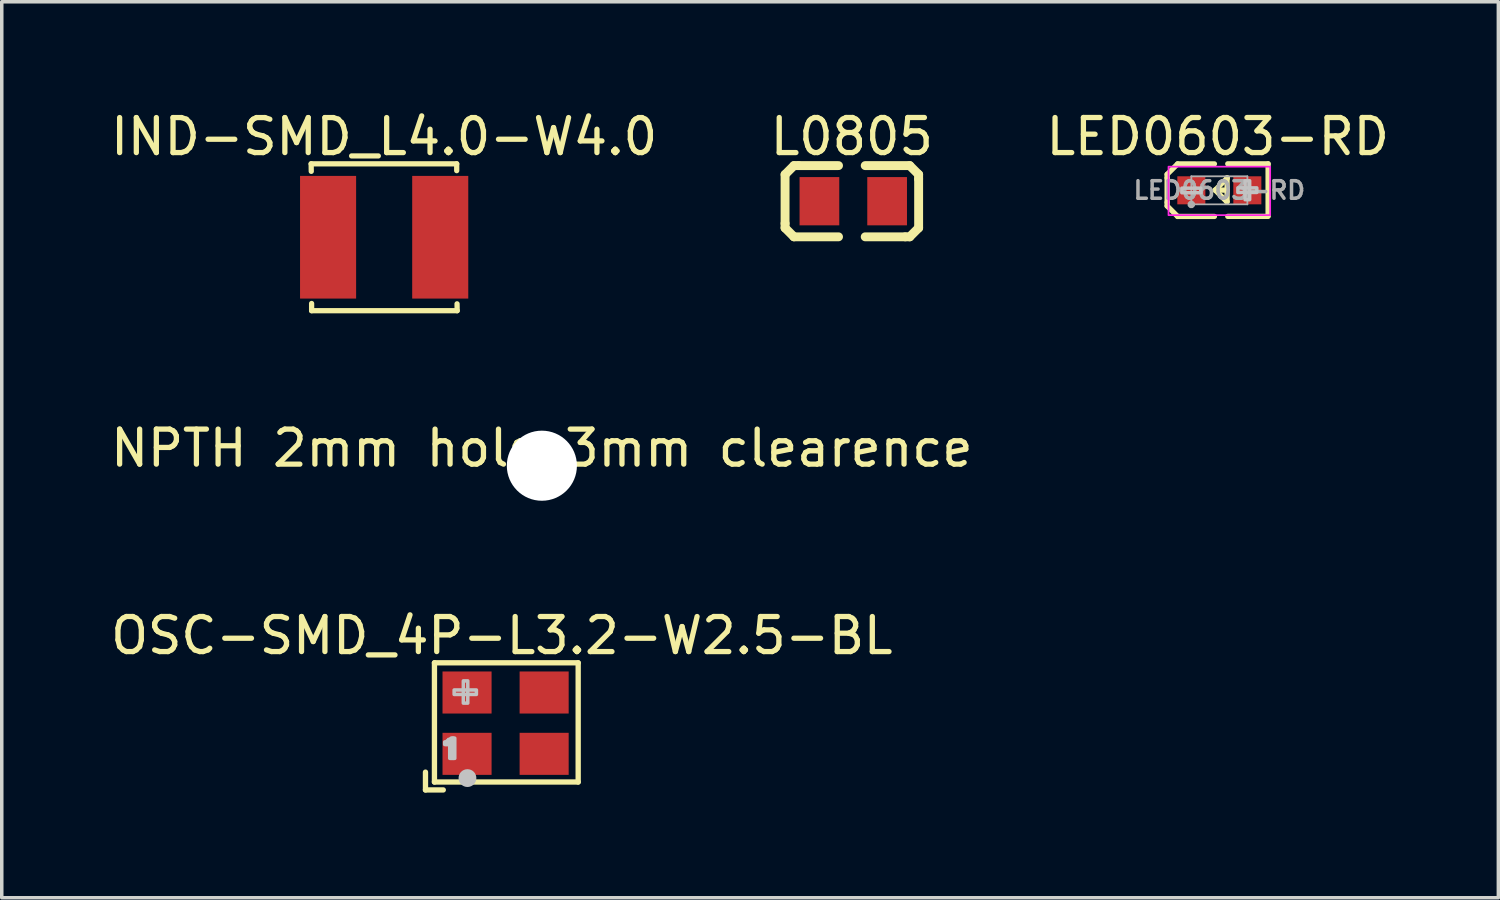
<source format=kicad_pcb>
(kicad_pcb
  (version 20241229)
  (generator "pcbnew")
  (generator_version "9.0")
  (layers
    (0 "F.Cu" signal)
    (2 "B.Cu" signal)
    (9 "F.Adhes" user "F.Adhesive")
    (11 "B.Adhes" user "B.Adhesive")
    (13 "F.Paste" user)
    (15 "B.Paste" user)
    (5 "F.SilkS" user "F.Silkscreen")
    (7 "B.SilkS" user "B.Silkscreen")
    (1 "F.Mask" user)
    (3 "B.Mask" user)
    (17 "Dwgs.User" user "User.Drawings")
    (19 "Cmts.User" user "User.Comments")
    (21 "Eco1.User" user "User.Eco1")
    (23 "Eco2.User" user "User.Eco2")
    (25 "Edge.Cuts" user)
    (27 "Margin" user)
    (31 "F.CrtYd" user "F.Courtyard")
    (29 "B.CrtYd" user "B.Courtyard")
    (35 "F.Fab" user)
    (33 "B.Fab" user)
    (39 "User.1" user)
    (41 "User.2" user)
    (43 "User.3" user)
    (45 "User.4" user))
  (footprint "OSC-SMD_4P-L3.2-W2.5-BL"
    (layer "F.Cu")
    (at 11.376 17.584)
    (property "Reference" "OSC-SMD_4P-L3.2-W2.5-BL" (at -0.108 -2.498 0) (layer "F.SilkS") (effects (font (size 1 1) (thickness 0.15))))
    (fp_line (start -2.286 1.397) (end -2.286 1.905) (stroke (width 0.152) (type default)) (layer "F.SilkS"))
    (fp_line (start -2.286 1.905) (end -1.778 1.905) (stroke (width 0.152) (type default)) (layer "F.SilkS"))
    (fp_line (start -2.03 -1.722) (end -2.03 1.679) (stroke (width 0.152) (type default)) (layer "F.SilkS"))
    (fp_line (start -2.03 1.679) (end 2.071 1.679) (stroke (width 0.152) (type default)) (layer "F.SilkS"))
    (fp_line (start 2.071 -1.722) (end -2.03 -1.722) (stroke (width 0.152) (type default)) (layer "F.SilkS"))
    (fp_line (start 2.071 1.679) (end 2.071 -1.722) (stroke (width 0.152) (type default)) (layer "F.SilkS"))
    (fp_circle (center -1.088 1.567) (end -0.961 1.567) (stroke (width 0.254) (type default)) (fill no) (layer "Dwgs.User"))
    (fp_poly (pts (xy -1.738 0.536) (xy -1.702 0.536) (xy -1.702 0.608) (xy -1.738 0.608)) (stroke (width 0.1) (type default)) (fill no) (layer "Dwgs.User"))
    (fp_poly (pts (xy -1.702 0.536) (xy -1.666 0.536) (xy -1.666 0.608) (xy -1.702 0.608)) (stroke (width 0.1) (type default)) (fill no) (layer "Dwgs.User"))
    (fp_poly (pts (xy -1.666 0.5) (xy -1.63 0.5) (xy -1.63 0.608) (xy -1.666 0.608)) (stroke (width 0.1) (type default)) (fill no) (layer "Dwgs.User"))
    (fp_poly (pts (xy -1.63 0.464) (xy -1.594 0.464) (xy -1.594 0.572) (xy -1.63 0.572)) (stroke (width 0.1) (type default)) (fill no) (layer "Dwgs.User"))
    (fp_poly (pts (xy -1.594 0.464) (xy -1.558 0.464) (xy -1.558 1.004) (xy -1.594 1.004)) (stroke (width 0.1) (type default)) (fill no) (layer "Dwgs.User"))
    (fp_poly (pts (xy -1.558 0.428) (xy -1.522 0.428) (xy -1.522 1.004) (xy -1.558 1.004)) (stroke (width 0.1) (type default)) (fill no) (layer "Dwgs.User"))
    (fp_poly (pts (xy -1.522 0.428) (xy -1.486 0.428) (xy -1.486 1.004) (xy -1.522 1.004)) (stroke (width 0.1) (type default)) (fill no) (layer "Dwgs.User"))
    (fp_poly (pts (xy -1.486 0.428) (xy -1.45 0.428) (xy -1.45 1.004) (xy -1.486 1.004)) (stroke (width 0.1) (type default)) (fill no) (layer "Dwgs.User"))
    (fp_poly (pts (xy -1.468 -0.82) (xy -0.833 -0.82) (xy -0.833 -0.947) (xy -1.468 -0.947)) (stroke (width 0.1) (type default)) (fill no) (layer "Dwgs.User"))
    (fp_poly (pts (xy -1.206 -1.206) (xy -1.206 -0.572) (xy -1.079 -0.572) (xy -1.079 -1.206)) (stroke (width 0.1) (type default)) (fill no) (layer "Dwgs.User"))
    (fp_poly (pts (xy -1.5 -1.249) (xy -0.6 -1.249) (xy -0.6 -0.449) (xy -1.5 -0.449)) (stroke (width 0.1) (type default)) (fill no) (layer "User.1"))
    (fp_poly (pts (xy -1.5 0.449) (xy -0.6 0.449) (xy -0.6 1.249) (xy -1.5 1.249)) (stroke (width 0.1) (type default)) (fill no) (layer "User.1"))
    (fp_poly (pts (xy 0.6 -1.249) (xy 1.5 -1.249) (xy 1.5 -0.449) (xy 0.6 -0.449)) (stroke (width 0.1) (type default)) (fill no) (layer "User.1"))
    (fp_poly (pts (xy 0.6 0.449) (xy 1.5 0.449) (xy 1.5 1.249) (xy 0.6 1.249)) (stroke (width 0.1) (type default)) (fill no) (layer "User.1"))
    (fp_line (start -1.6 -1.25) (end 1.6 -1.25) (stroke (width 0.051) (type default)) (layer "User.2"))
    (fp_line (start -1.6 1.25) (end -1.6 -1.25) (stroke (width 0.051) (type default)) (layer "User.2"))
    (fp_line (start 1.6 -1.25) (end 1.6 1.25) (stroke (width 0.051) (type default)) (layer "User.2"))
    (fp_line (start 1.6 1.25) (end -1.6 1.25) (stroke (width 0.051) (type default)) (layer "User.2"))
    (fp_poly (pts (xy -1.545 1.227) (xy -1.577 1.195) (xy -1.623 1.195) (xy -1.655 1.227) (xy -1.655 1.273) (xy -1.623 1.305) (xy -1.577 1.305) (xy -1.545 1.273)) (stroke (width 0.1) (type default)) (fill no) (layer "User.3"))
    (pad "1" smd rect (at -1.1 0.875) (size 1.4 1.2) (layers "F.Cu" "F.Mask" "F.Paste"))
    (pad "2" smd rect (at 1.1 0.875) (size 1.4 1.2) (layers "F.Cu" "F.Mask" "F.Paste"))
    (pad "3" smd rect (at 1.1 -0.875) (size 1.4 1.2) (layers "F.Cu" "F.Mask" "F.Paste"))
    (pad "4" smd rect (at -1.1 -0.875) (size 1.4 1.2) (layers "F.Cu" "F.Mask" "F.Paste")))
  (footprint "L0805"
    (layer "F.Cu")
    (at 21.296 2.691)
    (property "Reference" "L0805" (at -0.041 -1.843 0) (layer "F.SilkS") (effects (font (size 1 1) (thickness 0.15))))
    (fp_line (start -1.946 -0.762) (end -1.946 0.635) (stroke (width 0.254) (type default)) (layer "F.SilkS"))
    (fp_line (start -1.946 0.635) (end -1.946 0.762) (stroke (width 0.254) (type default)) (layer "F.SilkS"))
    (fp_line (start -1.946 0.762) (end -1.692 1.016) (stroke (width 0.254) (type default)) (layer "F.SilkS"))
    (fp_line (start -1.692 -1.016) (end -1.946 -0.762) (stroke (width 0.254) (type default)) (layer "F.SilkS"))
    (fp_line (start -1.692 1.016) (end -0.421 1.016) (stroke (width 0.254) (type default)) (layer "F.SilkS"))
    (fp_line (start -1.565 -1.016) (end -1.692 -1.016) (stroke (width 0.254) (type default)) (layer "F.SilkS"))
    (fp_line (start -0.421 -1.016) (end -1.565 -1.016) (stroke (width 0.254) (type default)) (layer "F.SilkS"))
    (fp_line (start 0.341 1.016) (end 1.484 1.016) (stroke (width 0.254) (type default)) (layer "F.SilkS"))
    (fp_line (start 1.484 1.016) (end 1.611 1.016) (stroke (width 0.254) (type default)) (layer "F.SilkS"))
    (fp_line (start 1.611 -1.016) (end 0.341 -1.016) (stroke (width 0.254) (type default)) (layer "F.SilkS"))
    (fp_line (start 1.611 1.016) (end 1.865 0.762) (stroke (width 0.254) (type default)) (layer "F.SilkS"))
    (fp_line (start 1.865 -0.762) (end 1.611 -1.016) (stroke (width 0.254) (type default)) (layer "F.SilkS"))
    (fp_line (start 1.865 -0.635) (end 1.865 -0.762) (stroke (width 0.254) (type default)) (layer "F.SilkS"))
    (fp_line (start 1.865 0.762) (end 1.865 -0.635) (stroke (width 0.254) (type default)) (layer "F.SilkS"))
    (fp_poly (pts (xy -0.36 0.22) (xy -0.36 -0.221) (xy -0.745 -0.689) (xy -1.433 -0.689) (xy -1.532 -0.589) (xy -1.532 0.589) (xy -1.433 0.689) (xy -0.745 0.689)) (stroke (width 0) (type default)) (fill yes) (layer "F.Paste"))
    (fp_poly (pts (xy 0.36 0.22) (xy 0.36 -0.221) (xy 0.745 -0.689) (xy 1.433 -0.689) (xy 1.532 -0.589) (xy 1.532 0.589) (xy 1.433 0.689) (xy 0.745 0.689)) (stroke (width 0) (type default)) (fill yes) (layer "F.Paste"))
    (fp_poly (pts (xy -1 0.637) (xy -1 -0.637) (xy -0.6 -0.637) (xy -0.6 0.637)) (stroke (width 0.1) (type default)) (fill no) (layer "User.1"))
    (fp_poly (pts (xy 1 0.637) (xy 1 -0.637) (xy 0.6 -0.637) (xy 0.6 0.637)) (stroke (width 0.1) (type default)) (fill no) (layer "User.1"))
    (fp_line (start -1 -0.637) (end 1 -0.637) (stroke (width 0.051) (type default)) (layer "User.2"))
    (fp_line (start -1 0.637) (end -1 -0.637) (stroke (width 0.051) (type default)) (layer "User.2"))
    (fp_line (start 1 -0.637) (end 1 0.637) (stroke (width 0.051) (type default)) (layer "User.2"))
    (fp_line (start 1 0.637) (end -1 0.637) (stroke (width 0.051) (type default)) (layer "User.2"))
    (fp_poly (pts (xy -0.945 0.615) (xy -0.977 0.582) (xy -1.023 0.582) (xy -1.055 0.615) (xy -1.055 0.66) (xy -1.023 0.693) (xy -0.977 0.693) (xy -0.945 0.66)) (stroke (width 0.1) (type default)) (fill no) (layer "User.3"))
    (pad "1" smd rect (at -0.966 0) (size 1.133 1.377) (layers "F.Cu" "F.Mask" "F.Paste"))
    (pad "2" smd rect (at 0.966 0) (size 1.133 1.377) (layers "F.Cu" "F.Mask" "F.Paste")))
  (footprint "IND-SMD_L4.0-W4.0"
    (layer "F.Cu")
    (at 7.911 3.719)
    (property "Reference" "IND-SMD_L4.0-W4.0" (at 0 -2.87 0) (layer "F.SilkS") (effects (font (size 1 1) (thickness 0.15))))
    (fp_line (start -2.083 -2.095) (end -2.08 -1.88) (stroke (width 0.15) (type default)) (layer "F.SilkS"))
    (fp_line (start -2.07 1.89) (end -2.07 2.096) (stroke (width 0.15) (type default)) (layer "F.SilkS"))
    (fp_line (start -2.07 2.096) (end 2.083 2.096) (stroke (width 0.15) (type default)) (layer "F.SilkS"))
    (fp_line (start 2.07 -2.095) (end -2.083 -2.095) (stroke (width 0.15) (type default)) (layer "F.SilkS"))
    (fp_line (start 2.07 -1.9) (end 2.07 -2.095) (stroke (width 0.15) (type default)) (layer "F.SilkS"))
    (fp_line (start 2.083 2.096) (end 2.08 1.9) (stroke (width 0.15) (type default)) (layer "F.SilkS"))
    (fp_poly (pts (xy -2 -1.65) (xy -1.05 -1.65) (xy -1.05 1.65) (xy -2 1.65)) (stroke (width 0.1) (type default)) (fill no) (layer "User.1"))
    (fp_poly (pts (xy 1.05 -1.65) (xy 2 -1.65) (xy 2 1.65) (xy 1.05 1.65)) (stroke (width 0.1) (type default)) (fill no) (layer "User.1"))
    (fp_line (start -2 -2) (end 2 -2) (stroke (width 0.051) (type default)) (layer "User.2"))
    (fp_line (start -2 2) (end -2 -2) (stroke (width 0.051) (type default)) (layer "User.2"))
    (fp_line (start 2 -2) (end 2 2) (stroke (width 0.051) (type default)) (layer "User.2"))
    (fp_line (start 2 2) (end -2 2) (stroke (width 0.051) (type default)) (layer "User.2"))
    (fp_poly (pts (xy -1.945 1.977) (xy -1.977 1.945) (xy -2.023 1.945) (xy -2.055 1.977) (xy -2.055 2.023) (xy -2.023 2.055) (xy -1.977 2.055) (xy -1.945 2.023)) (stroke (width 0.1) (type default)) (fill no) (layer "User.3"))
    (pad "1" smd rect (at -1.6 0) (size 1.6 3.5) (layers "F.Cu" "F.Mask" "F.Paste"))
    (pad "2" smd rect (at 1.6 0) (size 1.6 3.5) (layers "F.Cu" "F.Mask" "F.Paste")))
  (footprint "LED0603-RD"
    (layer "F.Cu")
    (at 31.741 2.38)
    (property "Reference" "LED0603-RD" (at -0.045 -1.532 0) (layer "F.SilkS") (effects (font (size 1 1) (thickness 0.15))))
    (fp_line (start -1.49 -0.455) (end -1.19 -0.754) (stroke (width 0.15) (type default)) (layer "F.SilkS"))
    (fp_line (start -1.49 -0.354) (end -1.49 -0.455) (stroke (width 0.15) (type default)) (layer "F.SilkS"))
    (fp_line (start -1.49 -0.354) (end -1.49 0.346) (stroke (width 0.15) (type default)) (layer "F.SilkS"))
    (fp_line (start -1.49 0.346) (end -1.49 0.446) (stroke (width 0.15) (type default)) (layer "F.SilkS"))
    (fp_line (start -1.49 0.446) (end -1.19 0.746) (stroke (width 0.15) (type default)) (layer "F.SilkS"))
    (fp_line (start -0.14 -0.754) (end -1.19 -0.754) (stroke (width 0.15) (type default)) (layer "F.SilkS"))
    (fp_line (start -0.14 0.746) (end -1.19 0.746) (stroke (width 0.15) (type default)) (layer "F.SilkS"))
    (fp_line (start 0.21 0.324) (end -0.119 -0.006) (stroke (width 0.15) (type default)) (layer "F.SilkS"))
    (fp_line (start 0.221 -0.356) (end 0.221 -0.346) (stroke (width 0.15) (type default)) (layer "F.SilkS"))
    (fp_line (start 0.221 -0.356) (end 0.221 0.324) (stroke (width 0.15) (type default)) (layer "F.SilkS"))
    (fp_line (start 0.221 -0.346) (end -0.119 -0.006) (stroke (width 0.15) (type default)) (layer "F.SilkS"))
    (fp_line (start 0.221 -0.006) (end -0.119 -0.006) (stroke (width 0.15) (type default)) (layer "F.SilkS"))
    (fp_line (start 0.221 0.324) (end 0.21 0.324) (stroke (width 0.15) (type default)) (layer "F.SilkS"))
    (fp_line (start 0.24 -0.756) (end 1.391 -0.756) (stroke (width 0.15) (type default)) (layer "F.SilkS"))
    (fp_line (start 0.24 0.744) (end 1.391 0.744) (stroke (width 0.15) (type default)) (layer "F.SilkS"))
    (fp_line (start 1.391 -0.756) (end 1.391 0.724) (stroke (width 0.15) (type default)) (layer "F.SilkS"))
    (fp_poly (pts (xy -1.07 -0.061) (xy -0.53 -0.061) (xy -0.53 0.069) (xy -1.07 0.069)) (stroke (width 0.1) (type default)) (fill no) (layer "Dwgs.User"))
    (fp_poly (pts (xy 0.529 -0.069) (xy 1.069 -0.069) (xy 1.069 0.061) (xy 0.529 0.061)) (stroke (width 0.1) (type default)) (fill no) (layer "Dwgs.User"))
    (fp_poly (pts (xy 0.735 0.267) (xy 0.735 -0.273) (xy 0.865 -0.273) (xy 0.865 0.267)) (stroke (width 0.1) (type default)) (fill no) (layer "Dwgs.User"))
    (fp_rect (start -1.45 -0.675) (end 1.45 0.709) (stroke (width 0.05) (type default)) (fill no) (layer "F.CrtYd"))
    (fp_line (start -0.799 -0.4) (end 0.8 -0.4) (stroke (width 0.051) (type default)) (layer "F.Fab"))
    (fp_line (start -0.799 0.4) (end -0.799 -0.4) (stroke (width 0.051) (type default)) (layer "F.Fab"))
    (fp_line (start 0.8 -0.4) (end 0.8 0.4) (stroke (width 0.051) (type default)) (layer "F.Fab"))
    (fp_line (start 0.8 0.4) (end -0.799 0.4) (stroke (width 0.051) (type default)) (layer "F.Fab"))
    (fp_poly (pts (xy -0.744 0.381) (xy -0.777 0.348) (xy -0.822 0.348) (xy -0.855 0.381) (xy -0.855 0.426) (xy -0.822 0.459) (xy -0.777 0.459) (xy -0.744 0.426)) (stroke (width 0.1) (type default)) (fill no) (layer "F.Fab"))
    (fp_poly (pts (xy -0.799 0.404) (xy -0.799 -0.397) (xy -0.499 -0.397) (xy -0.499 0.404)) (stroke (width 0.1) (type default)) (fill no) (layer "User.1"))
    (fp_poly (pts (xy 0.5 0.397) (xy 0.5 -0.404) (xy 0.8 -0.404) (xy 0.8 0.397)) (stroke (width 0.1) (type default)) (fill no) (layer "User.1"))
    (fp_text user "${REFERENCE}" (at 0 0 0) (layer "F.Fab") (effects (font (size 0.5 0.5) (thickness 0.1))))
    (pad "1" smd rect (at -0.799 0 90) (size 0.8 0.8) (layers "F.Cu" "F.Mask" "F.Paste"))
    (pad "2" smd rect (at 0.799 0 90) (size 0.8 0.8) (layers "F.Cu" "F.Mask" "F.Paste")))
  (footprint "NPTH 2mm hole 3mm clearence"
    (layer "F.Cu")
    (at 12.411 10.238)
    (property "Reference" "NPTH 2mm hole 3mm clearence" (at 0 -0.5 0) (unlocked yes) (layer "F.SilkS") (effects (font (size 1 1) (thickness 0.15))))
    (attr through_hole board_only exclude_from_pos_files exclude_from_bom dnp)
    (pad "" np_thru_hole circle (at 0 0) (size 2 2) (drill 2) (layers "*.Cu" "*.Mask")))
  (gr_rect
    (start -3 -3)
    (end 39.702 22.565)
    (stroke (width 0.1) (type default))
    (fill no)
    (layer "Edge.Cuts")))
</source>
